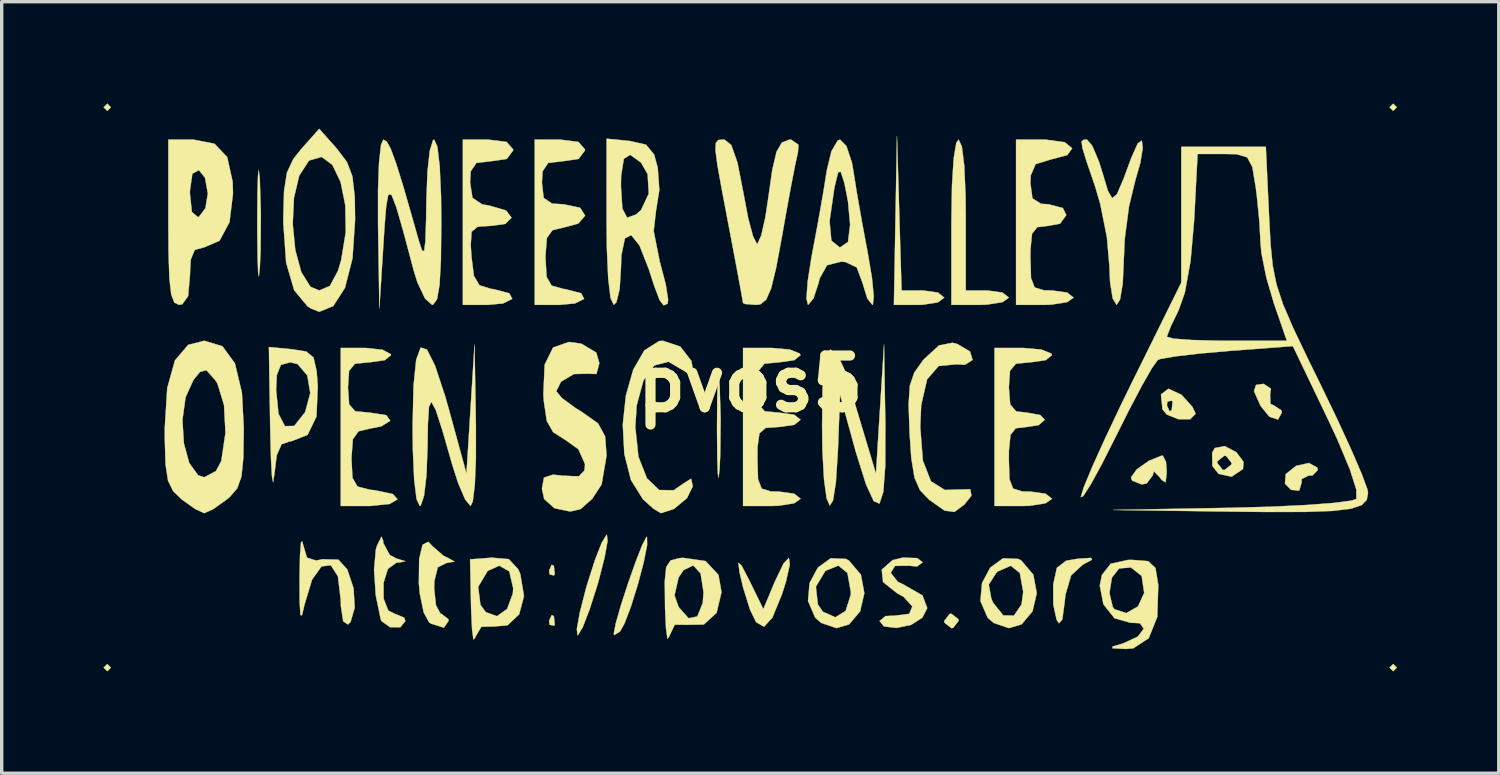
<source format=kicad_pcb>
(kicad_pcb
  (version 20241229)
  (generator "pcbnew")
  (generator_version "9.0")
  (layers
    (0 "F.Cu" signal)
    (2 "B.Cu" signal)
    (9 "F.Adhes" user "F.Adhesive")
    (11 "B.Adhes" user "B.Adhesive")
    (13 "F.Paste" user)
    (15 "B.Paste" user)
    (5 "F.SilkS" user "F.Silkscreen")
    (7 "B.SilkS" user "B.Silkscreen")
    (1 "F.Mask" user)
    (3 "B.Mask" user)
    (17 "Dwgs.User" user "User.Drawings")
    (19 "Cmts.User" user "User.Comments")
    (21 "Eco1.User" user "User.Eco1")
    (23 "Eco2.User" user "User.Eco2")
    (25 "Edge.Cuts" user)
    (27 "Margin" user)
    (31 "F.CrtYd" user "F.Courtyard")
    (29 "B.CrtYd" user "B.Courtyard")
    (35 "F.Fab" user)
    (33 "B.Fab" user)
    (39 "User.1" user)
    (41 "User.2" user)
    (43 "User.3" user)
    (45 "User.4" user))
  (footprint "pvos5"
    (layer "F.Cu")
    (at 19.055 8.26)
    (property "Reference" "pvos5" (at 0 0 0) (layer "F.SilkS") (effects (font (size 1.524 1.524) (thickness 0.3))))
    (attr through_hole)
    (fp_poly (pts (xy -18.838 -8.149) (xy -18.944 -8.043) (xy -19.05 -8.149) (xy -18.944 -8.255) (xy -18.838 -8.149)) (stroke (width 0.01) (type solid)) (fill yes) (layer "F.SilkS"))
    (fp_poly (pts (xy -18.838 8.361) (xy -18.944 8.467) (xy -19.05 8.361) (xy -18.944 8.255) (xy -18.838 8.361)) (stroke (width 0.01) (type solid)) (fill yes) (layer "F.SilkS"))
    (fp_poly (pts (xy 19.05 -8.149) (xy 18.944 -8.043) (xy 18.838 -8.149) (xy 18.944 -8.255) (xy 19.05 -8.149)) (stroke (width 0.01) (type solid)) (fill yes) (layer "F.SilkS"))
    (fp_poly (pts (xy 19.05 8.361) (xy 18.944 8.467) (xy 18.838 8.361) (xy 18.944 8.255) (xy 19.05 8.361)) (stroke (width 0.01) (type solid)) (fill yes) (layer "F.SilkS"))
    (fp_poly (pts (xy -5.786 5.362) (xy -5.76 5.613) (xy -5.786 5.644) (xy -5.911 5.615) (xy -5.927 5.503) (xy -5.849 5.329) (xy -5.786 5.362)) (stroke (width 0.01) (type solid)) (fill yes) (layer "F.SilkS"))
    (fp_poly (pts (xy -5.786 6.844) (xy -5.76 7.095) (xy -5.786 7.126) (xy -5.911 7.097) (xy -5.927 6.985) (xy -5.849 6.811) (xy -5.786 6.844)) (stroke (width 0.01) (type solid)) (fill yes) (layer "F.SilkS"))
    (fp_poly (pts (xy 6.132 6.934) (xy 6.138 6.985) (xy 5.977 7.191) (xy 5.927 7.197) (xy 5.721 7.036) (xy 5.715 6.985) (xy 5.876 6.779) (xy 5.927 6.773) (xy 6.132 6.934)) (stroke (width 0.01) (type solid)) (fill yes) (layer "F.SilkS"))
    (fp_poly (pts (xy 4.391 -5.027) (xy 4.459 -2.752) (xy 5.087 -2.752) (xy 5.53 -2.69) (xy 5.715 -2.541) (xy 5.715 -2.54) (xy 5.529 -2.4) (xy 5.071 -2.33) (xy 4.974 -2.328) (xy 4.233 -2.328) (xy 4.323 -7.303) (xy 4.391 -5.027)) (stroke (width 0.01) (type solid)) (fill yes) (layer "F.SilkS"))
    (fp_poly (pts (xy 15.341 0.14) (xy 15.317 0.318) (xy 15.326 0.589) (xy 15.429 0.635) (xy 15.652 0.783) (xy 15.663 0.847) (xy 15.55 1.051) (xy 15.297 0.969) (xy 15.036 0.649) (xy 14.842 0.214) (xy 14.903 0.031) (xy 15.128 0) (xy 15.341 0.14)) (stroke (width 0.01) (type solid)) (fill yes) (layer "F.SilkS"))
    (fp_poly (pts (xy 16.703 2.462) (xy 16.722 2.54) (xy 16.562 2.702) (xy 16.457 2.699) (xy 16.248 2.803) (xy 16.245 2.91) (xy 16.175 3.146) (xy 15.935 3.123) (xy 15.755 2.94) (xy 15.778 2.659) (xy 16.082 2.417) (xy 16.457 2.332) (xy 16.703 2.462)) (stroke (width 0.01) (type solid)) (fill yes) (layer "F.SilkS"))
    (fp_poly (pts (xy -14.455 -6.088) (xy -14.448 -5.971) (xy -14.419 -4.998) (xy -14.426 -3.963) (xy -14.449 -3.431) (xy -14.477 -3.166) (xy -14.5 -3.286) (xy -14.516 -3.757) (xy -14.524 -4.54) (xy -14.524 -4.763) (xy -14.519 -5.601) (xy -14.504 -6.123) (xy -14.482 -6.297) (xy -14.455 -6.088)) (stroke (width 0.01) (type solid)) (fill yes) (layer "F.SilkS"))
    (fp_poly (pts (xy -0.907 -0.016) (xy -0.902 0.053) (xy -0.872 1.022) (xy -0.883 2.07) (xy -0.902 2.487) (xy -0.931 2.765) (xy -0.954 2.655) (xy -0.971 2.193) (xy -0.978 1.415) (xy -0.978 1.27) (xy -0.973 0.447) (xy -0.957 -0.066) (xy -0.935 -0.232) (xy -0.907 -0.016)) (stroke (width 0.01) (type solid)) (fill yes) (layer "F.SilkS"))
    (fp_poly (pts (xy 10.068 5.182) (xy 9.8 5.326) (xy 9.456 5.64) (xy 9.288 6.209) (xy 9.264 6.43) (xy 9.195 6.944) (xy 9.097 7.055) (xy 9.027 6.952) (xy 8.929 6.5) (xy 8.928 5.91) (xy 9.034 5.421) (xy 9.307 5.211) (xy 9.631 5.156) (xy 10.042 5.127) (xy 10.068 5.182)) (stroke (width 0.01) (type solid)) (fill yes) (layer "F.SilkS"))
    (fp_poly (pts (xy -3.038 4.754) (xy -3.141 5.265) (xy -3.311 5.909) (xy -3.512 6.553) (xy -3.706 7.064) (xy -3.833 7.292) (xy -4.004 7.401) (xy -4.022 7.367) (xy -3.961 7.051) (xy -3.807 6.513) (xy -3.599 5.873) (xy -3.378 5.247) (xy -3.185 4.754) (xy -3.06 4.513) (xy -3.042 4.508) (xy -3.038 4.754)) (stroke (width 0.01) (type solid)) (fill yes) (layer "F.SilkS"))
    (fp_poly (pts (xy 12.249 2.297) (xy 12.273 2.593) (xy 12.24 2.902) (xy 12.116 2.826) (xy 12.065 2.752) (xy 11.894 2.579) (xy 11.857 2.699) (xy 11.683 2.933) (xy 11.536 2.963) (xy 11.254 2.853) (xy 11.218 2.759) (xy 11.382 2.525) (xy 11.743 2.268) (xy 12.106 2.121) (xy 12.157 2.117) (xy 12.249 2.297)) (stroke (width 0.01) (type solid)) (fill yes) (layer "F.SilkS"))
    (fp_poly (pts (xy -4.204 4.63) (xy -4.292 5.12) (xy -4.47 5.813) (xy -4.503 5.927) (xy -4.732 6.646) (xy -4.937 7.173) (xy -5.078 7.405) (xy -5.089 7.408) (xy -5.109 7.223) (xy -5.021 6.734) (xy -4.843 6.04) (xy -4.811 5.927) (xy -4.581 5.207) (xy -4.376 4.681) (xy -4.236 4.448) (xy -4.224 4.445) (xy -4.204 4.63)) (stroke (width 0.01) (type solid)) (fill yes) (layer "F.SilkS"))
    (fp_poly (pts (xy 1.166 5.32) (xy 1.051 5.833) (xy 0.932 6.208) (xy 0.652 6.888) (xy 0.406 7.157) (xy 0.174 7.023) (xy -0.004 6.658) (xy -0.209 6.006) (xy -0.317 5.547) (xy -0.349 5.272) (xy -0.259 5.348) (xy -0.026 5.793) (xy -0.02 5.806) (xy 0.386 6.638) (xy 0.725 5.826) (xy 0.986 5.285) (xy 1.139 5.127) (xy 1.166 5.32)) (stroke (width 0.01) (type solid)) (fill yes) (layer "F.SilkS"))
    (fp_poly (pts (xy 6.235 -6.995) (xy 6.306 -6.428) (xy 6.344 -5.552) (xy 6.35 -4.974) (xy 6.35 -2.752) (xy 6.985 -2.752) (xy 7.431 -2.69) (xy 7.62 -2.543) (xy 7.62 -2.54) (xy 7.432 -2.407) (xy 6.963 -2.334) (xy 6.773 -2.328) (xy 5.927 -2.328) (xy 5.927 -4.763) (xy 5.944 -5.846) (xy 5.994 -6.643) (xy 6.072 -7.103) (xy 6.138 -7.197) (xy 6.235 -6.995)) (stroke (width 0.01) (type solid)) (fill yes) (layer "F.SilkS"))
    (fp_poly (pts (xy 12.701 0.319) (xy 12.721 0.337) (xy 13.027 0.676) (xy 13.123 0.879) (xy 12.965 1.041) (xy 12.619 1.042) (xy 12.277 0.906) (xy 12.145 0.751) (xy 12.134 0.635) (xy 12.277 0.635) (xy 12.354 0.809) (xy 12.418 0.776) (xy 12.443 0.525) (xy 12.418 0.494) (xy 12.292 0.523) (xy 12.277 0.635) (xy 12.134 0.635) (xy 12.101 0.313) (xy 12.32 0.144) (xy 12.701 0.319)) (stroke (width 0.01) (type solid)) (fill yes) (layer "F.SilkS"))
    (fp_poly (pts (xy 14.318 2.01) (xy 14.535 2.297) (xy 14.519 2.508) (xy 14.182 2.736) (xy 13.799 2.652) (xy 13.618 2.42) (xy 13.616 2.328) (xy 13.758 2.328) (xy 13.919 2.534) (xy 13.97 2.54) (xy 14.176 2.379) (xy 14.182 2.328) (xy 14.021 2.123) (xy 13.97 2.117) (xy 13.764 2.278) (xy 13.758 2.328) (xy 13.616 2.328) (xy 13.609 2.026) (xy 13.689 1.89) (xy 13.981 1.834) (xy 14.318 2.01)) (stroke (width 0.01) (type solid)) (fill yes) (layer "F.SilkS"))
    (fp_poly (pts (xy -10.814 4.627) (xy -10.81 4.694) (xy -10.62 5.043) (xy -10.425 5.146) (xy -10.164 5.226) (xy -10.314 5.259) (xy -10.425 5.267) (xy -10.677 5.454) (xy -10.804 5.864) (xy -10.802 6.328) (xy -10.664 6.681) (xy -10.477 6.773) (xy -10.196 6.888) (xy -10.16 6.985) (xy -10.309 7.172) (xy -10.615 7.168) (xy -10.865 6.989) (xy -10.889 6.932) (xy -11.034 6.228) (xy -11.084 5.477) (xy -11.03 4.877) (xy -10.995 4.763) (xy -10.864 4.5) (xy -10.814 4.627)) (stroke (width 0.01) (type solid)) (fill yes) (layer "F.SilkS"))
    (fp_poly (pts (xy -9.355 4.79) (xy -9.035 5.067) (xy -8.89 5.137) (xy -8.711 5.237) (xy -8.939 5.275) (xy -8.943 5.275) (xy -9.206 5.403) (xy -9.308 5.818) (xy -9.313 6.032) (xy -9.26 6.522) (xy -9.129 6.767) (xy -9.102 6.773) (xy -8.896 6.934) (xy -8.89 6.985) (xy -9.026 7.183) (xy -9.397 7.068) (xy -9.46 7.03) (xy -9.62 6.738) (xy -9.736 6.183) (xy -9.764 5.873) (xy -9.755 5.165) (xy -9.656 4.741) (xy -9.486 4.653) (xy -9.355 4.79)) (stroke (width 0.01) (type solid)) (fill yes) (layer "F.SilkS"))
    (fp_poly (pts (xy -13.183 4.71) (xy -13.062 5.119) (xy -12.795 5.206) (xy -12.597 5.168) (xy -12.133 5.18) (xy -11.871 5.471) (xy -11.688 6.022) (xy -11.655 6.595) (xy -11.775 7.014) (xy -11.853 7.091) (xy -11.993 6.996) (xy -12.061 6.551) (xy -12.065 6.375) (xy -12.148 5.673) (xy -12.358 5.343) (xy -12.633 5.379) (xy -12.912 5.773) (xy -13.131 6.498) (xy -13.208 6.822) (xy -13.254 6.807) (xy -13.276 6.423) (xy -13.279 5.715) (xy -13.266 5.048) (xy -13.236 4.671) (xy -13.197 4.64) (xy -13.183 4.71)) (stroke (width 0.01) (type solid)) (fill yes) (layer "F.SilkS"))
    (fp_poly (pts (xy 4.919 5.134) (xy 5.08 5.258) (xy 4.913 5.381) (xy 4.681 5.359) (xy 4.265 5.364) (xy 4.14 5.569) (xy 4.347 5.831) (xy 4.518 5.914) (xy 5.074 6.233) (xy 5.216 6.606) (xy 5.072 6.888) (xy 4.74 7.101) (xy 4.304 7.191) (xy 3.938 7.146) (xy 3.81 6.987) (xy 3.986 6.842) (xy 4.263 6.829) (xy 4.687 6.776) (xy 4.775 6.557) (xy 4.516 6.273) (xy 4.33 6.172) (xy 3.913 5.839) (xy 3.874 5.474) (xy 4.194 5.193) (xy 4.5 5.119) (xy 4.919 5.134)) (stroke (width 0.01) (type solid)) (fill yes) (layer "F.SilkS"))
    (fp_poly (pts (xy 2.816 5.158) (xy 2.91 5.208) (xy 3.261 5.623) (xy 3.362 6.166) (xy 3.238 6.701) (xy 2.914 7.087) (xy 2.54 7.197) (xy 2.092 7.044) (xy 1.916 6.892) (xy 1.702 6.397) (xy 1.739 5.975) (xy 1.934 5.975) (xy 1.991 6.499) (xy 2.142 6.714) (xy 2.507 6.878) (xy 2.812 6.688) (xy 2.961 6.216) (xy 2.963 6.128) (xy 2.864 5.572) (xy 2.596 5.354) (xy 2.213 5.511) (xy 1.934 5.975) (xy 1.739 5.975) (xy 1.749 5.867) (xy 1.993 5.412) (xy 2.37 5.139) (xy 2.816 5.158)) (stroke (width 0.01) (type solid)) (fill yes) (layer "F.SilkS"))
    (fp_poly (pts (xy 7.896 5.158) (xy 7.99 5.208) (xy 8.341 5.623) (xy 8.442 6.166) (xy 8.318 6.701) (xy 7.994 7.087) (xy 7.62 7.197) (xy 7.172 7.044) (xy 6.996 6.892) (xy 6.782 6.397) (xy 6.825 5.914) (xy 7.028 5.914) (xy 7.103 6.328) (xy 7.153 6.444) (xy 7.455 6.822) (xy 7.77 6.828) (xy 7.994 6.5) (xy 8.043 6.128) (xy 7.943 5.573) (xy 7.678 5.359) (xy 7.301 5.523) (xy 7.245 5.576) (xy 7.028 5.914) (xy 6.825 5.914) (xy 6.829 5.867) (xy 7.073 5.412) (xy 7.45 5.139) (xy 7.896 5.158)) (stroke (width 0.01) (type solid)) (fill yes) (layer "F.SilkS"))
    (fp_poly (pts (xy -7.114 5.165) (xy -6.836 5.462) (xy -6.775 5.606) (xy -6.666 6.251) (xy -6.809 6.791) (xy -7.151 7.113) (xy -7.507 7.146) (xy -7.923 7.158) (xy -8.103 7.461) (xy -8.11 7.493) (xy -8.157 7.531) (xy -8.198 7.214) (xy -8.225 6.609) (xy -8.226 6.554) (xy -8.238 5.98) (xy -8.016 5.98) (xy -7.949 6.509) (xy -7.794 6.726) (xy -7.464 6.845) (xy -7.164 6.633) (xy -6.995 6.179) (xy -6.985 6.019) (xy -7.1 5.523) (xy -7.396 5.357) (xy -7.735 5.511) (xy -8.016 5.98) (xy -8.238 5.98) (xy -8.255 5.17) (xy -7.616 5.121) (xy -7.114 5.165)) (stroke (width 0.01) (type solid)) (fill yes) (layer "F.SilkS"))
    (fp_poly (pts (xy 3.982 1.235) (xy 3.978 2.418) (xy 3.921 3.182) (xy 3.808 3.528) (xy 3.639 3.456) (xy 3.413 2.967) (xy 3.128 2.063) (xy 3.079 1.891) (xy 2.646 0.318) (xy 2.584 1.958) (xy 2.524 2.896) (xy 2.44 3.432) (xy 2.345 3.586) (xy 2.252 3.38) (xy 2.175 2.832) (xy 2.126 1.962) (xy 2.117 1.252) (xy 2.13 0.159) (xy 2.174 -0.554) (xy 2.253 -0.929) (xy 2.368 -1.01) (xy 2.617 -0.762) (xy 2.781 -0.41) (xy 2.928 0.07) (xy 3.144 0.781) (xy 3.323 1.376) (xy 3.704 2.646) (xy 3.823 0.741) (xy 3.942 -1.164) (xy 3.982 1.235)) (stroke (width 0.01) (type solid)) (fill yes) (layer "F.SilkS"))
    (fp_poly (pts (xy -7.178 -7.128) (xy -6.986 -6.908) (xy -6.985 -6.879) (xy -7.174 -6.627) (xy -7.62 -6.562) (xy -8.07 -6.509) (xy -8.236 -6.262) (xy -8.255 -5.941) (xy -8.185 -5.481) (xy -7.898 -5.288) (xy -7.689 -5.253) (xy -7.193 -5.108) (xy -7.032 -4.895) (xy -7.216 -4.713) (xy -7.615 -4.657) (xy -8.029 -4.633) (xy -8.21 -4.482) (xy -8.235 -4.086) (xy -8.214 -3.757) (xy -8.142 -3.183) (xy -7.979 -2.906) (xy -7.642 -2.8) (xy -7.567 -2.791) (xy -7.098 -2.669) (xy -7.012 -2.504) (xy -7.285 -2.369) (xy -7.726 -2.328) (xy -8.467 -2.328) (xy -8.467 -7.197) (xy -7.726 -7.197) (xy -7.178 -7.128)) (stroke (width 0.01) (type solid)) (fill yes) (layer "F.SilkS"))
    (fp_poly (pts (xy -5.061 -7.128) (xy -4.87 -6.908) (xy -4.868 -6.879) (xy -5.058 -6.627) (xy -5.503 -6.562) (xy -5.953 -6.509) (xy -6.119 -6.262) (xy -6.138 -5.927) (xy -6.086 -5.477) (xy -5.838 -5.311) (xy -5.503 -5.292) (xy -5.013 -5.188) (xy -4.864 -4.957) (xy -5.067 -4.723) (xy -5.45 -4.618) (xy -5.826 -4.529) (xy -5.993 -4.294) (xy -6.032 -3.782) (xy -6.032 -3.704) (xy -6.001 -3.154) (xy -5.853 -2.895) (xy -5.504 -2.797) (xy -5.45 -2.791) (xy -4.981 -2.669) (xy -4.895 -2.504) (xy -5.168 -2.369) (xy -5.609 -2.328) (xy -6.35 -2.328) (xy -6.35 -7.197) (xy -5.609 -7.197) (xy -5.061 -7.128)) (stroke (width 0.01) (type solid)) (fill yes) (layer "F.SilkS"))
    (fp_poly (pts (xy -2.06 -1.097) (xy -1.735 -0.678) (xy -1.693 -0.445) (xy -1.753 -0.245) (xy -1.947 -0.381) (xy -2.41 -0.652) (xy -2.823 -0.544) (xy -3.147 -0.101) (xy -3.345 0.633) (xy -3.387 1.274) (xy -3.294 2.146) (xy -3.045 2.781) (xy -2.684 3.127) (xy -2.255 3.135) (xy -1.947 2.921) (xy -1.742 2.795) (xy -1.693 3.019) (xy -1.864 3.368) (xy -2.248 3.685) (xy -2.632 3.81) (xy -2.854 3.677) (xy -3.16 3.402) (xy -3.516 2.831) (xy -3.71 2.066) (xy -3.755 1.203) (xy -3.664 0.342) (xy -3.447 -0.421) (xy -3.118 -0.988) (xy -2.688 -1.259) (xy -2.577 -1.27) (xy -2.06 -1.097)) (stroke (width 0.01) (type solid)) (fill yes) (layer "F.SilkS"))
    (fp_poly (pts (xy 10.079 -7.012) (xy 10.278 -6.541) (xy 10.382 -6.206) (xy 10.539 -5.684) (xy 10.664 -5.471) (xy 10.806 -5.59) (xy 11.009 -6.066) (xy 11.221 -6.644) (xy 11.417 -7.084) (xy 11.537 -7.168) (xy 11.566 -6.956) (xy 11.494 -6.511) (xy 11.348 -6.006) (xy 11.158 -5.219) (xy 11.034 -4.268) (xy 11.007 -3.666) (xy 10.976 -2.962) (xy 10.895 -2.482) (xy 10.795 -2.328) (xy 10.678 -2.519) (xy 10.601 -3.011) (xy 10.583 -3.459) (xy 10.508 -4.323) (xy 10.314 -5.295) (xy 10.16 -5.821) (xy 9.912 -6.545) (xy 9.785 -6.957) (xy 9.763 -7.144) (xy 9.831 -7.195) (xy 9.921 -7.197) (xy 10.079 -7.012)) (stroke (width 0.01) (type solid)) (fill yes) (layer "F.SilkS"))
    (fp_poly (pts (xy -1.316 5.221) (xy -0.936 5.627) (xy -0.847 6.138) (xy -0.991 6.747) (xy -1.369 7.091) (xy -1.879 7.099) (xy -2.223 7.095) (xy -2.385 7.43) (xy -2.389 7.452) (xy -2.439 7.511) (xy -2.482 7.211) (xy -2.51 6.616) (xy -2.511 6.555) (xy -2.514 6.231) (xy -2.231 6.231) (xy -2.11 6.575) (xy -1.818 6.906) (xy -1.56 6.854) (xy -1.399 6.456) (xy -1.376 6.138) (xy -1.463 5.582) (xy -1.68 5.351) (xy -1.963 5.485) (xy -2.11 5.702) (xy -2.231 6.231) (xy -2.514 6.231) (xy -2.518 5.813) (xy -2.475 5.395) (xy -2.346 5.202) (xy -2.093 5.136) (xy -1.98 5.126) (xy -1.316 5.221)) (stroke (width 0.01) (type solid)) (fill yes) (layer "F.SilkS"))
    (fp_poly (pts (xy 6.098 -1.177) (xy 6.477 -0.953) (xy 6.551 -0.704) (xy 6.324 -0.562) (xy 6.073 -0.576) (xy 5.552 -0.527) (xy 5.211 -0.133) (xy 5.037 0.625) (xy 5.009 1.27) (xy 5.086 2.259) (xy 5.324 2.871) (xy 5.735 3.126) (xy 6.073 3.116) (xy 6.481 3.105) (xy 6.518 3.295) (xy 6.308 3.556) (xy 6.018 3.773) (xy 5.724 3.734) (xy 5.28 3.42) (xy 5.267 3.41) (xy 5.002 3.135) (xy 4.839 2.764) (xy 4.745 2.183) (xy 4.694 1.435) (xy 4.666 0.597) (xy 4.703 0.052) (xy 4.832 -0.33) (xy 5.077 -0.676) (xy 5.124 -0.731) (xy 5.562 -1.133) (xy 5.96 -1.21) (xy 6.098 -1.177)) (stroke (width 0.01) (type solid)) (fill yes) (layer "F.SilkS"))
    (fp_poly (pts (xy 9.266 -7.119) (xy 9.486 -6.94) (xy 9.341 -6.74) (xy 8.821 -6.601) (xy 8.409 -6.475) (xy 8.265 -6.142) (xy 8.255 -5.913) (xy 8.315 -5.465) (xy 8.568 -5.305) (xy 8.784 -5.292) (xy 9.21 -5.181) (xy 9.313 -4.974) (xy 9.129 -4.719) (xy 8.784 -4.657) (xy 8.458 -4.617) (xy 8.303 -4.423) (xy 8.257 -3.961) (xy 8.255 -3.704) (xy 8.273 -3.118) (xy 8.38 -2.841) (xy 8.65 -2.757) (xy 8.89 -2.752) (xy 9.336 -2.69) (xy 9.525 -2.543) (xy 9.525 -2.54) (xy 9.337 -2.407) (xy 8.868 -2.334) (xy 8.678 -2.328) (xy 7.832 -2.328) (xy 7.832 -7.197) (xy 8.696 -7.197) (xy 9.266 -7.119)) (stroke (width 0.01) (type solid)) (fill yes) (layer "F.SilkS"))
    (fp_poly (pts (xy -10.834 -1.005) (xy -10.59 -0.874) (xy -10.583 -0.847) (xy -10.767 -0.698) (xy -11.21 -0.635) (xy -11.218 -0.635) (xy -11.645 -0.594) (xy -11.82 -0.384) (xy -11.853 0.106) (xy -11.818 0.604) (xy -11.638 0.808) (xy -11.218 0.847) (xy -10.724 0.922) (xy -10.605 1.087) (xy -10.871 1.252) (xy -11.165 1.309) (xy -11.541 1.397) (xy -11.708 1.632) (xy -11.747 2.145) (xy -11.748 2.223) (xy -11.72 2.769) (xy -11.573 3.024) (xy -11.206 3.12) (xy -11.06 3.135) (xy -10.53 3.247) (xy -10.391 3.401) (xy -10.623 3.538) (xy -11.204 3.598) (xy -11.218 3.598) (xy -12.065 3.598) (xy -12.065 -1.058) (xy -11.324 -1.058) (xy -10.834 -1.005)) (stroke (width 0.01) (type solid)) (fill yes) (layer "F.SilkS"))
    (fp_poly (pts (xy -8.083 1.217) (xy -8.083 2.201) (xy -8.115 2.975) (xy -8.175 3.464) (xy -8.24 3.598) (xy -8.397 3.412) (xy -8.605 2.927) (xy -8.78 2.381) (xy -9.07 1.373) (xy -9.269 0.761) (xy -9.395 0.532) (xy -9.465 0.674) (xy -9.497 1.172) (xy -9.508 1.852) (xy -9.54 2.699) (xy -9.612 3.305) (xy -9.711 3.588) (xy -9.737 3.598) (xy -9.832 3.396) (xy -9.902 2.825) (xy -9.941 1.939) (xy -9.948 1.27) (xy -9.922 0.07) (xy -9.843 -0.71) (xy -9.711 -1.07) (xy -9.525 -1.011) (xy -9.285 -0.533) (xy -8.989 0.363) (xy -8.867 0.794) (xy -8.361 2.646) (xy -8.242 0.741) (xy -8.123 -1.164) (xy -8.083 1.217)) (stroke (width 0.01) (type solid)) (fill yes) (layer "F.SilkS"))
    (fp_poly (pts (xy -13.494 -1.019) (xy -13.079 -0.952) (xy -12.867 -0.776) (xy -12.775 -0.372) (xy -12.741 0.069) (xy -12.781 0.963) (xy -13.041 1.502) (xy -13.525 1.693) (xy -13.561 1.693) (xy -13.81 1.781) (xy -13.952 2.107) (xy -14.026 2.699) (xy -14.059 2.9) (xy -14.092 2.721) (xy -14.121 2.204) (xy -14.142 1.392) (xy -14.144 1.31) (xy -14.162 0.176) (xy -13.97 0.176) (xy -13.899 0.881) (xy -13.71 1.245) (xy -13.438 1.24) (xy -13.12 0.84) (xy -13.113 0.827) (xy -12.963 0.27) (xy -13.051 -0.247) (xy -13.335 -0.581) (xy -13.551 -0.635) (xy -13.83 -0.559) (xy -13.95 -0.257) (xy -13.97 0.176) (xy -14.162 0.176) (xy -14.182 -1.085) (xy -13.494 -1.019)) (stroke (width 0.01) (type solid)) (fill yes) (layer "F.SilkS"))
    (fp_poly (pts (xy 8.574 -1.011) (xy 8.868 -0.894) (xy 8.89 -0.847) (xy 8.706 -0.698) (xy 8.263 -0.635) (xy 8.255 -0.635) (xy 7.828 -0.594) (xy 7.653 -0.384) (xy 7.62 0.106) (xy 7.66 0.607) (xy 7.837 0.812) (xy 8.149 0.847) (xy 8.547 0.919) (xy 8.678 1.058) (xy 8.497 1.217) (xy 8.149 1.27) (xy 7.823 1.309) (xy 7.668 1.504) (xy 7.622 1.966) (xy 7.62 2.223) (xy 7.638 2.808) (xy 7.745 3.086) (xy 8.015 3.17) (xy 8.255 3.175) (xy 8.701 3.236) (xy 8.89 3.384) (xy 8.89 3.387) (xy 8.702 3.519) (xy 8.233 3.593) (xy 8.043 3.598) (xy 7.197 3.598) (xy 7.197 -1.058) (xy 8.043 -1.058) (xy 8.574 -1.011)) (stroke (width 0.01) (type solid)) (fill yes) (layer "F.SilkS"))
    (fp_poly (pts (xy -15.786 -7.076) (xy -15.411 -6.682) (xy -15.252 -5.965) (xy -15.24 -5.609) (xy -15.343 -4.763) (xy -15.636 -4.217) (xy -16.09 -4.022) (xy -16.094 -4.022) (xy -16.367 -3.948) (xy -16.487 -3.654) (xy -16.51 -3.175) (xy -16.562 -2.586) (xy -16.736 -2.344) (xy -16.828 -2.328) (xy -16.967 -2.393) (xy -17.06 -2.632) (xy -17.115 -3.111) (xy -17.14 -3.896) (xy -17.145 -4.763) (xy -17.145 -5.609) (xy -16.51 -5.609) (xy -16.452 -5.065) (xy -16.275 -4.914) (xy -16.245 -4.921) (xy -16.053 -5.174) (xy -15.981 -5.609) (xy -16.064 -6.072) (xy -16.245 -6.297) (xy -16.437 -6.192) (xy -16.509 -5.696) (xy -16.51 -5.609) (xy -17.145 -5.609) (xy -17.145 -7.197) (xy -16.412 -7.197) (xy -15.786 -7.076)) (stroke (width 0.01) (type solid)) (fill yes) (layer "F.SilkS"))
    (fp_poly (pts (xy 1.165 -1.011) (xy 1.46 -0.894) (xy 1.482 -0.847) (xy 1.298 -0.698) (xy 0.855 -0.635) (xy 0.847 -0.635) (xy 0.42 -0.594) (xy 0.245 -0.384) (xy 0.212 0.106) (xy 0.247 0.604) (xy 0.427 0.808) (xy 0.847 0.847) (xy 1.293 0.908) (xy 1.482 1.056) (xy 1.482 1.058) (xy 1.298 1.207) (xy 0.855 1.27) (xy 0.847 1.27) (xy 0.456 1.298) (xy 0.271 1.457) (xy 0.215 1.863) (xy 0.212 2.223) (xy 0.23 2.808) (xy 0.336 3.086) (xy 0.607 3.17) (xy 0.847 3.175) (xy 1.293 3.236) (xy 1.482 3.384) (xy 1.482 3.387) (xy 1.294 3.519) (xy 0.825 3.593) (xy 0.635 3.598) (xy -0.212 3.598) (xy -0.212 -1.058) (xy 0.635 -1.058) (xy 1.165 -1.011)) (stroke (width 0.01) (type solid)) (fill yes) (layer "F.SilkS"))
    (fp_poly (pts (xy 11.725 5.224) (xy 11.94 5.424) (xy 12.02 5.914) (xy 12.022 5.939) (xy 11.993 6.864) (xy 11.741 7.494) (xy 11.285 7.792) (xy 11.065 7.811) (xy 10.668 7.789) (xy 10.677 7.739) (xy 10.991 7.646) (xy 11.421 7.445) (xy 11.596 7.214) (xy 11.481 7.053) (xy 11.196 7.037) (xy 10.733 6.907) (xy 10.406 6.496) (xy 10.342 6.164) (xy 10.584 6.164) (xy 10.679 6.571) (xy 10.732 6.64) (xy 11.08 6.754) (xy 11.424 6.558) (xy 11.607 6.16) (xy 11.534 5.66) (xy 11.213 5.408) (xy 10.867 5.44) (xy 10.655 5.711) (xy 10.584 6.164) (xy 10.342 6.164) (xy 10.299 5.944) (xy 10.362 5.631) (xy 10.62 5.3) (xy 11.13 5.188) (xy 11.244 5.186) (xy 11.725 5.224)) (stroke (width 0.01) (type solid)) (fill yes) (layer "F.SilkS"))
    (fp_poly (pts (xy -4.977 -1.184) (xy -4.536 -0.922) (xy -4.445 -0.608) (xy -4.532 -0.29) (xy -4.789 -0.299) (xy -5.197 -0.289) (xy -5.574 -0.065) (xy -5.715 0.217) (xy -5.55 0.418) (xy -5.137 0.719) (xy -4.974 0.819) (xy -4.485 1.164) (xy -4.276 1.546) (xy -4.233 2.11) (xy -4.379 2.964) (xy -4.657 3.387) (xy -4.999 3.69) (xy -5.301 3.762) (xy -5.768 3.664) (xy -6.071 3.394) (xy -6.138 3.09) (xy -6.077 2.762) (xy -5.811 2.675) (xy -5.503 2.707) (xy -5.052 2.725) (xy -4.884 2.55) (xy -4.868 2.364) (xy -5.063 1.927) (xy -5.45 1.65) (xy -5.807 1.424) (xy -5.994 1.095) (xy -6.08 0.522) (xy -6.095 0.297) (xy -6.057 -0.566) (xy -5.809 -1.071) (xy -5.341 -1.235) (xy -4.977 -1.184)) (stroke (width 0.01) (type solid)) (fill yes) (layer "F.SilkS"))
    (fp_poly (pts (xy -15.55 -1.107) (xy -15.183 -0.604) (xy -14.977 0.26) (xy -14.922 1.311) (xy -14.935 2.176) (xy -14.99 2.727) (xy -15.113 3.075) (xy -15.331 3.328) (xy -15.422 3.405) (xy -15.827 3.693) (xy -16.087 3.81) (xy -16.353 3.689) (xy -16.751 3.405) (xy -17.004 3.159) (xy -17.154 2.852) (xy -17.227 2.376) (xy -17.25 1.621) (xy -17.251 1.311) (xy -17.236 1.063) (xy -16.729 1.063) (xy -16.688 1.749) (xy -16.529 2.334) (xy -16.267 2.694) (xy -16.087 2.752) (xy -15.743 2.57) (xy -15.585 2.275) (xy -15.462 1.441) (xy -15.505 0.621) (xy -15.7 -0.012) (xy -15.769 -0.118) (xy -16.024 -0.403) (xy -16.213 -0.351) (xy -16.404 -0.118) (xy -16.639 0.399) (xy -16.729 1.063) (xy -17.236 1.063) (xy -17.177 0.12) (xy -16.95 -0.693) (xy -16.561 -1.149) (xy -16.087 -1.27) (xy -15.55 -1.107)) (stroke (width 0.01) (type solid)) (fill yes) (layer "F.SilkS"))
    (fp_poly (pts (xy -12.171 -6.92) (xy -11.883 -6.538) (xy -11.722 -6.116) (xy -11.653 -5.516) (xy -11.642 -4.843) (xy -11.719 -3.696) (xy -11.94 -2.831) (xy -12.286 -2.292) (xy -12.7 -2.123) (xy -12.95 -2.224) (xy -13.039 -2.279) (xy -13.438 -2.759) (xy -13.675 -3.576) (xy -13.755 -4.71) (xy -13.48 -4.71) (xy -13.405 -3.946) (xy -13.228 -3.293) (xy -12.959 -2.862) (xy -12.7 -2.752) (xy -12.386 -2.885) (xy -12.146 -3.334) (xy -12.055 -3.636) (xy -11.918 -4.466) (xy -11.932 -5.264) (xy -12.071 -5.952) (xy -12.312 -6.452) (xy -12.628 -6.688) (xy -12.994 -6.581) (xy -13.007 -6.57) (xy -13.29 -6.133) (xy -13.444 -5.477) (xy -13.48 -4.71) (xy -13.755 -4.71) (xy -13.758 -4.758) (xy -13.758 -4.843) (xy -13.737 -5.675) (xy -13.651 -6.222) (xy -13.465 -6.623) (xy -13.229 -6.92) (xy -12.7 -7.514) (xy -12.171 -6.92)) (stroke (width 0.01) (type solid)) (fill yes) (layer "F.SilkS"))
    (fp_poly (pts (xy -9.219 -6.994) (xy -9.15 -6.419) (xy -9.11 -5.524) (xy -9.102 -4.763) (xy -9.114 -3.655) (xy -9.154 -2.917) (xy -9.228 -2.494) (xy -9.342 -2.334) (xy -9.375 -2.328) (xy -9.583 -2.515) (xy -9.807 -2.99) (xy -9.914 -3.334) (xy -10.215 -4.466) (xy -10.427 -5.205) (xy -10.57 -5.571) (xy -10.663 -5.579) (xy -10.725 -5.248) (xy -10.778 -4.595) (xy -10.807 -4.128) (xy -10.927 -2.223) (xy -10.967 -4.71) (xy -10.967 -5.722) (xy -10.937 -6.522) (xy -10.88 -7.037) (xy -10.81 -7.197) (xy -10.71 -7.139) (xy -10.592 -6.926) (xy -10.435 -6.501) (xy -10.219 -5.806) (xy -9.925 -4.784) (xy -9.77 -4.233) (xy -9.672 -3.934) (xy -9.608 -3.911) (xy -9.571 -4.205) (xy -9.55 -4.86) (xy -9.544 -5.345) (xy -9.512 -6.227) (xy -9.443 -6.864) (xy -9.347 -7.177) (xy -9.313 -7.197) (xy -9.219 -6.994)) (stroke (width 0.01) (type solid)) (fill yes) (layer "F.SilkS"))
    (fp_poly (pts (xy -0.756 -7.197) (xy -0.558 -7.034) (xy -0.377 -6.522) (xy -0.2 -5.624) (xy -0.199 -5.614) (xy -0.059 -4.876) (xy 0.082 -4.349) (xy 0.196 -4.128) (xy 0.215 -4.13) (xy 0.326 -4.377) (xy 0.446 -4.915) (xy 0.524 -5.428) (xy 0.649 -6.306) (xy 0.775 -6.84) (xy 0.932 -7.11) (xy 1.151 -7.195) (xy 1.201 -7.197) (xy 1.421 -7.045) (xy 1.406 -6.826) (xy 1.327 -6.465) (xy 1.197 -5.799) (xy 1.04 -4.937) (xy 0.944 -4.392) (xy 0.766 -3.432) (xy 0.617 -2.818) (xy 0.47 -2.48) (xy 0.298 -2.343) (xy 0.187 -2.328) (xy -0.144 -2.352) (xy -0.212 -2.382) (xy -0.249 -2.598) (xy -0.349 -3.143) (xy -0.496 -3.927) (xy -0.635 -4.657) (xy -0.837 -5.72) (xy -0.966 -6.436) (xy -1.024 -6.874) (xy -1.015 -7.1) (xy -0.942 -7.185) (xy -0.808 -7.197) (xy -0.756 -7.197)) (stroke (width 0.01) (type solid)) (fill yes) (layer "F.SilkS"))
    (fp_poly (pts (xy -3.553 -7.157) (xy -3.071 -7.048) (xy -2.83 -6.755) (xy -2.725 -6.366) (xy -2.679 -5.711) (xy -2.77 -5.138) (xy -2.773 -5.129) (xy -2.845 -4.501) (xy -2.666 -3.601) (xy -2.649 -3.542) (xy -2.488 -2.922) (xy -2.419 -2.486) (xy -2.435 -2.363) (xy -2.551 -2.312) (xy -2.671 -2.468) (xy -2.836 -2.906) (xy -2.986 -3.372) (xy -3.264 -4.079) (xy -3.508 -4.384) (xy -3.694 -4.285) (xy -3.797 -3.782) (xy -3.81 -3.404) (xy -3.847 -2.795) (xy -3.943 -2.405) (xy -4.022 -2.328) (xy -4.116 -2.531) (xy -4.185 -3.106) (xy -4.225 -4.003) (xy -4.233 -4.776) (xy -4.233 -5.821) (xy -3.81 -5.821) (xy -3.768 -5.165) (xy -3.628 -4.897) (xy -3.364 -4.99) (xy -3.217 -5.122) (xy -2.99 -5.606) (xy -3.024 -6.18) (xy -3.217 -6.519) (xy -3.538 -6.749) (xy -3.725 -6.63) (xy -3.804 -6.134) (xy -3.81 -5.821) (xy -4.233 -5.821) (xy -4.233 -7.223) (xy -3.553 -7.157)) (stroke (width 0.01) (type solid)) (fill yes) (layer "F.SilkS"))
    (fp_poly (pts (xy 2.833 -7.008) (xy 2.993 -6.529) (xy 3.035 -6.297) (xy 3.143 -5.619) (xy 3.3 -4.726) (xy 3.462 -3.863) (xy 3.586 -3.126) (xy 3.639 -2.582) (xy 3.613 -2.334) (xy 3.6 -2.328) (xy 3.451 -2.511) (xy 3.315 -2.952) (xy 3.313 -2.963) (xy 3.138 -3.431) (xy 2.801 -3.592) (xy 2.668 -3.598) (xy 2.263 -3.496) (xy 2.048 -3.113) (xy 2.011 -2.963) (xy 1.864 -2.519) (xy 1.705 -2.328) (xy 1.701 -2.328) (xy 1.656 -2.518) (xy 1.693 -3.02) (xy 1.804 -3.732) (xy 1.829 -3.863) (xy 2 -4.776) (xy 2.003 -4.792) (xy 2.337 -4.792) (xy 2.391 -4.219) (xy 2.637 -4.022) (xy 2.646 -4.022) (xy 2.88 -4.181) (xy 2.943 -4.688) (xy 2.942 -4.71) (xy 2.879 -5.383) (xy 2.771 -5.927) (xy 2.665 -6.252) (xy 2.589 -6.23) (xy 2.492 -5.83) (xy 2.474 -5.741) (xy 2.337 -4.792) (xy 2.003 -4.792) (xy 2.156 -5.662) (xy 2.257 -6.297) (xy 2.391 -6.851) (xy 2.575 -7.167) (xy 2.646 -7.197) (xy 2.833 -7.008)) (stroke (width 0.01) (type solid)) (fill yes) (layer "F.SilkS"))
    (fp_poly (pts (xy 15.288 -4.921) (xy 15.331 -4.116) (xy 15.394 -3.484) (xy 15.506 -2.927) (xy 15.697 -2.347) (xy 15.998 -1.645) (xy 16.439 -0.723) (xy 16.794 0) (xy 17.289 1.025) (xy 17.707 1.936) (xy 18.017 2.655) (xy 18.184 3.108) (xy 18.203 3.205) (xy 18.165 3.418) (xy 18.013 3.574) (xy 17.695 3.68) (xy 17.155 3.744) (xy 16.34 3.773) (xy 15.195 3.775) (xy 14.111 3.763) (xy 10.689 3.715) (xy 14.177 3.651) (xy 15.356 3.619) (xy 16.389 3.569) (xy 17.201 3.507) (xy 17.716 3.44) (xy 17.859 3.392) (xy 17.858 3.117) (xy 17.669 2.523) (xy 17.309 1.661) (xy 17.021 1.043) (xy 15.988 -1.112) (xy 14.095 -0.969) (xy 13.231 -0.892) (xy 12.526 -0.81) (xy 12.089 -0.734) (xy 12.01 -0.707) (xy 11.844 -0.478) (xy 11.542 0.05) (xy 11.149 0.796) (xy 10.777 1.54) (xy 10.367 2.351) (xy 10.034 2.961) (xy 9.812 3.308) (xy 9.737 3.34) (xy 9.827 3.046) (xy 10.076 2.446) (xy 10.451 1.616) (xy 10.92 0.626) (xy 11.218 0.015) (xy 11.911 -1.386) (xy 12.277 -1.386) (xy 12.472 -1.333) (xy 12.992 -1.293) (xy 13.74 -1.272) (xy 14.043 -1.27) (xy 15.81 -1.27) (xy 15.426 -2.381) (xy 15.204 -3.141) (xy 15.062 -3.851) (xy 15.035 -4.151) (xy 15.001 -4.782) (xy 14.924 -5.556) (xy 14.894 -5.791) (xy 14.795 -6.387) (xy 14.643 -6.674) (xy 14.333 -6.766) (xy 13.97 -6.773) (xy 13.181 -6.773) (xy 13.079 -4.814) (xy 12.974 -3.619) (xy 12.805 -2.688) (xy 12.626 -2.179) (xy 12.395 -1.702) (xy 12.28 -1.407) (xy 12.277 -1.386) (xy 11.911 -1.386) (xy 12.7 -2.984) (xy 12.7 -6.985) (xy 15.191 -6.985) (xy 15.288 -4.921)) (stroke (width 0.01) (type solid)) (fill yes) (layer "F.SilkS")))
  (gr_rect
    (start -3 -3)
    (end 41.11 19.732)
    (stroke (width 0.1) (type default))
    (fill no)
    (layer "Edge.Cuts")))
</source>
